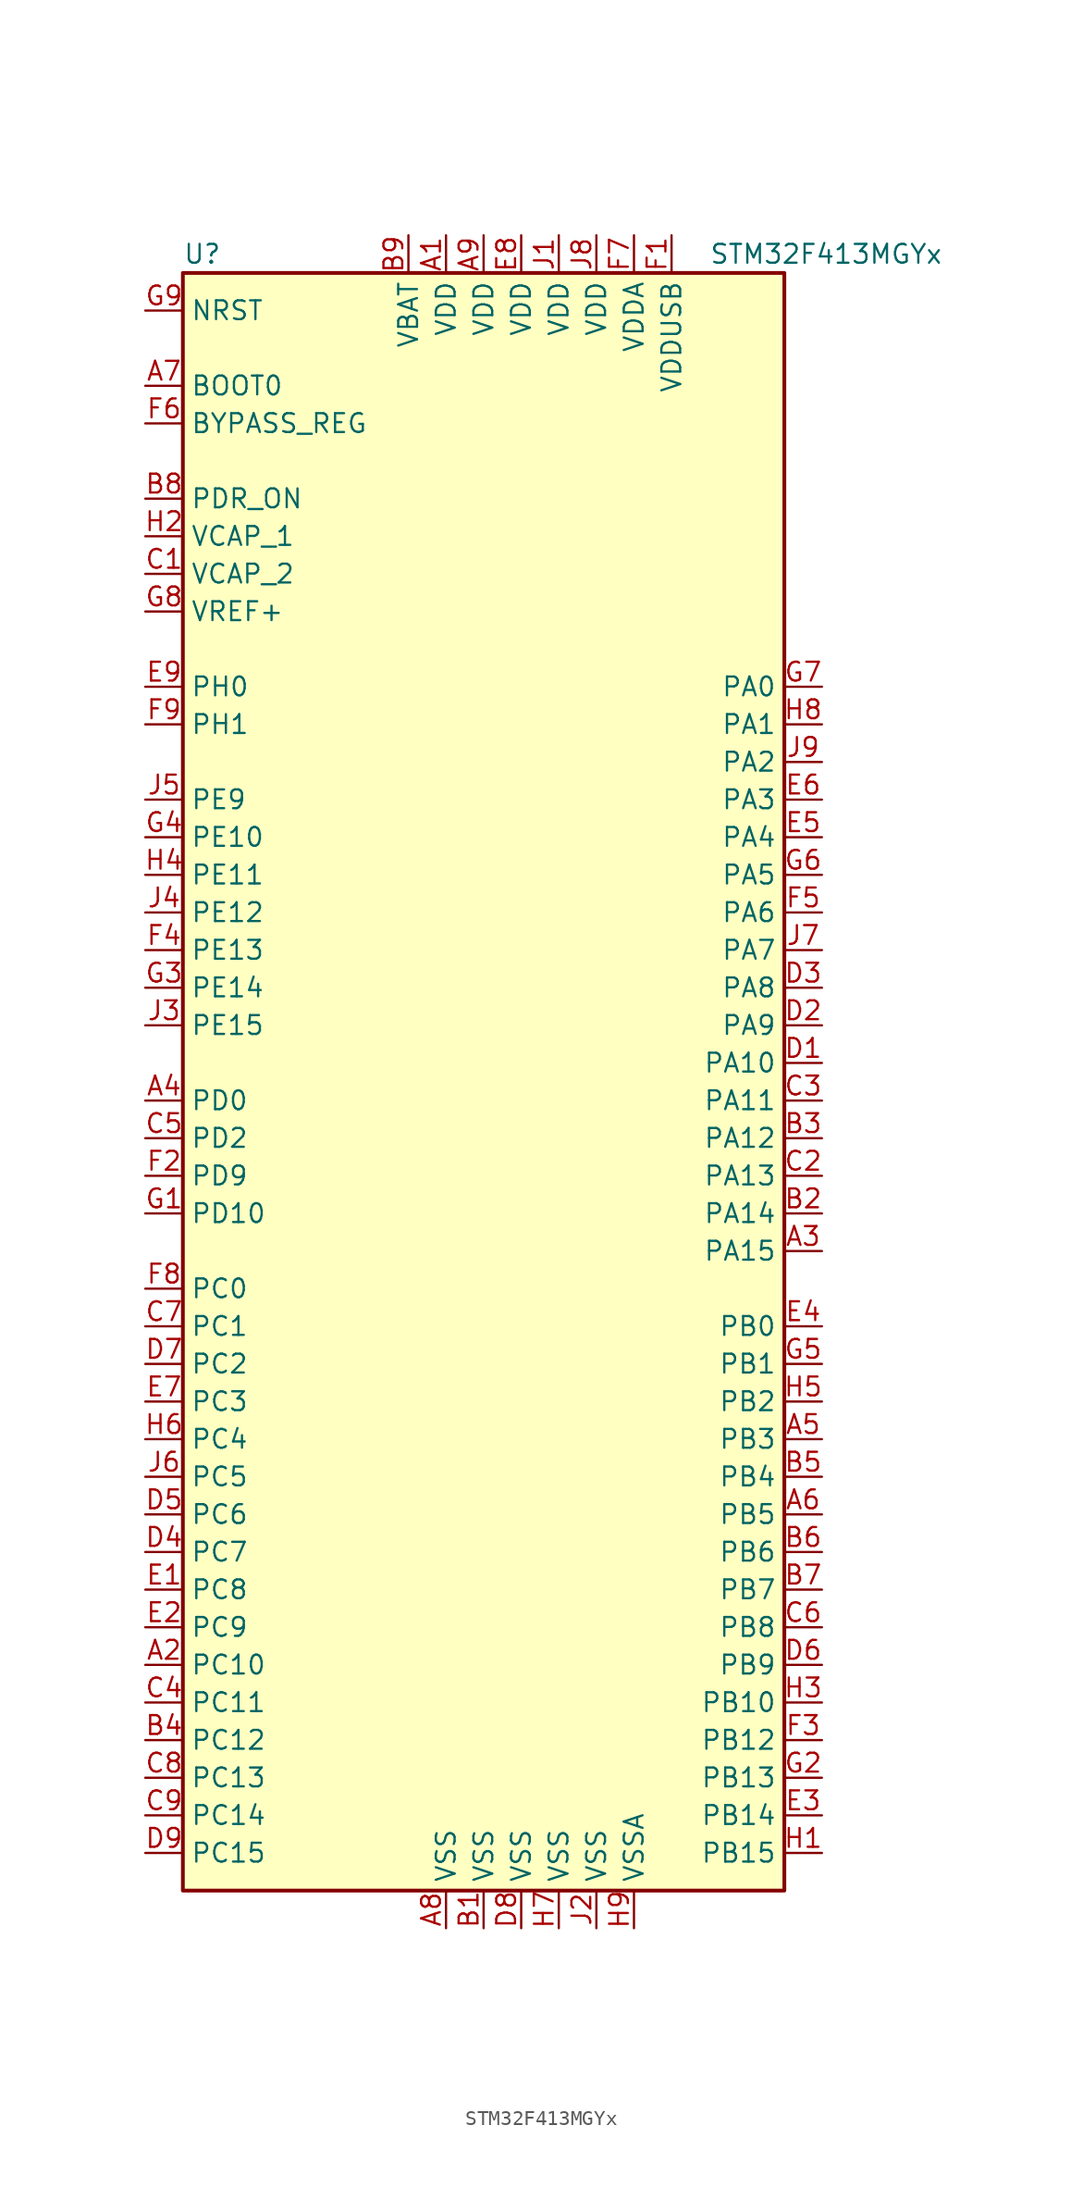
<source format=kicad_sym>
(kicad_symbol_lib
  (version 20201005)
  (generator kicad_symbol_editor)
  (symbol "STM32F413MGYx"
    (property "Reference" "U"
      (at -20.32 54.61 0)
      (effects (font (size 1.27 1.27)) (justify left)))
    (property "Value" "STM32F413MGYx"
      (at 15.24 54.61 0)
      (effects (font (size 1.27 1.27)) (justify left)))
    (symbol "STM32F413MGYx_0_1"
      (rectangle (start -20.32 -55.88) (end 20.32 53.34) (stroke (width 0.254)) (fill (type background))))
    (symbol "STM32F413MGYx_1_1"
      (pin power_in line (at -2.54 55.88 270) (length 2.54) (name "VDD" (effects (font (size 1.27 1.27)))) (number "A1" (effects (font (size 1.27 1.27)))))
      (pin bidirectional line (at -22.86 -40.64 0) (length 2.54) (name "PC10" (effects (font (size 1.27 1.27)))) (number "A2" (effects (font (size 1.27 1.27)))))
      (pin bidirectional line (at 22.86 -12.7 180) (length 2.54) (name "PA15" (effects (font (size 1.27 1.27)))) (number "A3" (effects (font (size 1.27 1.27)))))
      (pin bidirectional line (at -22.86 -2.54 0) (length 2.54) (name "PD0" (effects (font (size 1.27 1.27)))) (number "A4" (effects (font (size 1.27 1.27)))))
      (pin bidirectional line (at 22.86 -25.4 180) (length 2.54) (name "PB3" (effects (font (size 1.27 1.27)))) (number "A5" (effects (font (size 1.27 1.27)))))
      (pin bidirectional line (at 22.86 -30.48 180) (length 2.54) (name "PB5" (effects (font (size 1.27 1.27)))) (number "A6" (effects (font (size 1.27 1.27)))))
      (pin input line (at -22.86 45.72 0) (length 2.54) (name "BOOT0" (effects (font (size 1.27 1.27)))) (number "A7" (effects (font (size 1.27 1.27)))))
      (pin power_in line (at -2.54 -58.42 90) (length 2.54) (name "VSS" (effects (font (size 1.27 1.27)))) (number "A8" (effects (font (size 1.27 1.27)))))
      (pin power_in line (at 0 55.88 270) (length 2.54) (name "VDD" (effects (font (size 1.27 1.27)))) (number "A9" (effects (font (size 1.27 1.27)))))
      (pin power_in line (at 0 -58.42 90) (length 2.54) (name "VSS" (effects (font (size 1.27 1.27)))) (number "B1" (effects (font (size 1.27 1.27)))))
      (pin bidirectional line (at 22.86 -10.16 180) (length 2.54) (name "PA14" (effects (font (size 1.27 1.27)))) (number "B2" (effects (font (size 1.27 1.27)))))
      (pin bidirectional line (at 22.86 -5.08 180) (length 2.54) (name "PA12" (effects (font (size 1.27 1.27)))) (number "B3" (effects (font (size 1.27 1.27)))))
      (pin bidirectional line (at -22.86 -45.72 0) (length 2.54) (name "PC12" (effects (font (size 1.27 1.27)))) (number "B4" (effects (font (size 1.27 1.27)))))
      (pin bidirectional line (at 22.86 -27.94 180) (length 2.54) (name "PB4" (effects (font (size 1.27 1.27)))) (number "B5" (effects (font (size 1.27 1.27)))))
      (pin bidirectional line (at 22.86 -33.02 180) (length 2.54) (name "PB6" (effects (font (size 1.27 1.27)))) (number "B6" (effects (font (size 1.27 1.27)))))
      (pin bidirectional line (at 22.86 -35.56 180) (length 2.54) (name "PB7" (effects (font (size 1.27 1.27)))) (number "B7" (effects (font (size 1.27 1.27)))))
      (pin power_in line (at -22.86 38.1 0) (length 2.54) (name "PDR_ON" (effects (font (size 1.27 1.27)))) (number "B8" (effects (font (size 1.27 1.27)))))
      (pin power_in line (at -5.08 55.88 270) (length 2.54) (name "VBAT" (effects (font (size 1.27 1.27)))) (number "B9" (effects (font (size 1.27 1.27)))))
      (pin power_in line (at -22.86 33.02 0) (length 2.54) (name "VCAP_2" (effects (font (size 1.27 1.27)))) (number "C1" (effects (font (size 1.27 1.27)))))
      (pin bidirectional line (at 22.86 -7.62 180) (length 2.54) (name "PA13" (effects (font (size 1.27 1.27)))) (number "C2" (effects (font (size 1.27 1.27)))))
      (pin bidirectional line (at 22.86 -2.54 180) (length 2.54) (name "PA11" (effects (font (size 1.27 1.27)))) (number "C3" (effects (font (size 1.27 1.27)))))
      (pin bidirectional line (at -22.86 -43.18 0) (length 2.54) (name "PC11" (effects (font (size 1.27 1.27)))) (number "C4" (effects (font (size 1.27 1.27)))))
      (pin bidirectional line (at -22.86 -5.08 0) (length 2.54) (name "PD2" (effects (font (size 1.27 1.27)))) (number "C5" (effects (font (size 1.27 1.27)))))
      (pin bidirectional line (at 22.86 -38.1 180) (length 2.54) (name "PB8" (effects (font (size 1.27 1.27)))) (number "C6" (effects (font (size 1.27 1.27)))))
      (pin bidirectional line (at -22.86 -17.78 0) (length 2.54) (name "PC1" (effects (font (size 1.27 1.27)))) (number "C7" (effects (font (size 1.27 1.27)))))
      (pin bidirectional line (at -22.86 -48.26 0) (length 2.54) (name "PC13" (effects (font (size 1.27 1.27)))) (number "C8" (effects (font (size 1.27 1.27)))))
      (pin bidirectional line (at -22.86 -50.8 0) (length 2.54) (name "PC14" (effects (font (size 1.27 1.27)))) (number "C9" (effects (font (size 1.27 1.27)))))
      (pin bidirectional line (at 22.86 0 180) (length 2.54) (name "PA10" (effects (font (size 1.27 1.27)))) (number "D1" (effects (font (size 1.27 1.27)))))
      (pin bidirectional line (at 22.86 2.54 180) (length 2.54) (name "PA9" (effects (font (size 1.27 1.27)))) (number "D2" (effects (font (size 1.27 1.27)))))
      (pin bidirectional line (at 22.86 5.08 180) (length 2.54) (name "PA8" (effects (font (size 1.27 1.27)))) (number "D3" (effects (font (size 1.27 1.27)))))
      (pin bidirectional line (at -22.86 -33.02 0) (length 2.54) (name "PC7" (effects (font (size 1.27 1.27)))) (number "D4" (effects (font (size 1.27 1.27)))))
      (pin bidirectional line (at -22.86 -30.48 0) (length 2.54) (name "PC6" (effects (font (size 1.27 1.27)))) (number "D5" (effects (font (size 1.27 1.27)))))
      (pin bidirectional line (at 22.86 -40.64 180) (length 2.54) (name "PB9" (effects (font (size 1.27 1.27)))) (number "D6" (effects (font (size 1.27 1.27)))))
      (pin bidirectional line (at -22.86 -20.32 0) (length 2.54) (name "PC2" (effects (font (size 1.27 1.27)))) (number "D7" (effects (font (size 1.27 1.27)))))
      (pin power_in line (at 2.54 -58.42 90) (length 2.54) (name "VSS" (effects (font (size 1.27 1.27)))) (number "D8" (effects (font (size 1.27 1.27)))))
      (pin bidirectional line (at -22.86 -53.34 0) (length 2.54) (name "PC15" (effects (font (size 1.27 1.27)))) (number "D9" (effects (font (size 1.27 1.27)))))
      (pin bidirectional line (at -22.86 -35.56 0) (length 2.54) (name "PC8" (effects (font (size 1.27 1.27)))) (number "E1" (effects (font (size 1.27 1.27)))))
      (pin bidirectional line (at -22.86 -38.1 0) (length 2.54) (name "PC9" (effects (font (size 1.27 1.27)))) (number "E2" (effects (font (size 1.27 1.27)))))
      (pin bidirectional line (at 22.86 -50.8 180) (length 2.54) (name "PB14" (effects (font (size 1.27 1.27)))) (number "E3" (effects (font (size 1.27 1.27)))))
      (pin bidirectional line (at 22.86 -17.78 180) (length 2.54) (name "PB0" (effects (font (size 1.27 1.27)))) (number "E4" (effects (font (size 1.27 1.27)))))
      (pin bidirectional line (at 22.86 15.24 180) (length 2.54) (name "PA4" (effects (font (size 1.27 1.27)))) (number "E5" (effects (font (size 1.27 1.27)))))
      (pin bidirectional line (at 22.86 17.78 180) (length 2.54) (name "PA3" (effects (font (size 1.27 1.27)))) (number "E6" (effects (font (size 1.27 1.27)))))
      (pin bidirectional line (at -22.86 -22.86 0) (length 2.54) (name "PC3" (effects (font (size 1.27 1.27)))) (number "E7" (effects (font (size 1.27 1.27)))))
      (pin power_in line (at 2.54 55.88 270) (length 2.54) (name "VDD" (effects (font (size 1.27 1.27)))) (number "E8" (effects (font (size 1.27 1.27)))))
      (pin input line (at -22.86 25.4 0) (length 2.54) (name "PH0" (effects (font (size 1.27 1.27)))) (number "E9" (effects (font (size 1.27 1.27)))))
      (pin power_in line (at 12.7 55.88 270) (length 2.54) (name "VDDUSB" (effects (font (size 1.27 1.27)))) (number "F1" (effects (font (size 1.27 1.27)))))
      (pin bidirectional line (at -22.86 -7.62 0) (length 2.54) (name "PD9" (effects (font (size 1.27 1.27)))) (number "F2" (effects (font (size 1.27 1.27)))))
      (pin bidirectional line (at 22.86 -45.72 180) (length 2.54) (name "PB12" (effects (font (size 1.27 1.27)))) (number "F3" (effects (font (size 1.27 1.27)))))
      (pin bidirectional line (at -22.86 7.62 0) (length 2.54) (name "PE13" (effects (font (size 1.27 1.27)))) (number "F4" (effects (font (size 1.27 1.27)))))
      (pin bidirectional line (at 22.86 10.16 180) (length 2.54) (name "PA6" (effects (font (size 1.27 1.27)))) (number "F5" (effects (font (size 1.27 1.27)))))
      (pin input line (at -22.86 43.18 0) (length 2.54) (name "BYPASS_REG" (effects (font (size 1.27 1.27)))) (number "F6" (effects (font (size 1.27 1.27)))))
      (pin power_in line (at 10.16 55.88 270) (length 2.54) (name "VDDA" (effects (font (size 1.27 1.27)))) (number "F7" (effects (font (size 1.27 1.27)))))
      (pin bidirectional line (at -22.86 -15.24 0) (length 2.54) (name "PC0" (effects (font (size 1.27 1.27)))) (number "F8" (effects (font (size 1.27 1.27)))))
      (pin input line (at -22.86 22.86 0) (length 2.54) (name "PH1" (effects (font (size 1.27 1.27)))) (number "F9" (effects (font (size 1.27 1.27)))))
      (pin bidirectional line (at -22.86 -10.16 0) (length 2.54) (name "PD10" (effects (font (size 1.27 1.27)))) (number "G1" (effects (font (size 1.27 1.27)))))
      (pin bidirectional line (at 22.86 -48.26 180) (length 2.54) (name "PB13" (effects (font (size 1.27 1.27)))) (number "G2" (effects (font (size 1.27 1.27)))))
      (pin bidirectional line (at -22.86 5.08 0) (length 2.54) (name "PE14" (effects (font (size 1.27 1.27)))) (number "G3" (effects (font (size 1.27 1.27)))))
      (pin bidirectional line (at -22.86 15.24 0) (length 2.54) (name "PE10" (effects (font (size 1.27 1.27)))) (number "G4" (effects (font (size 1.27 1.27)))))
      (pin bidirectional line (at 22.86 -20.32 180) (length 2.54) (name "PB1" (effects (font (size 1.27 1.27)))) (number "G5" (effects (font (size 1.27 1.27)))))
      (pin bidirectional line (at 22.86 12.7 180) (length 2.54) (name "PA5" (effects (font (size 1.27 1.27)))) (number "G6" (effects (font (size 1.27 1.27)))))
      (pin bidirectional line (at 22.86 25.4 180) (length 2.54) (name "PA0" (effects (font (size 1.27 1.27)))) (number "G7" (effects (font (size 1.27 1.27)))))
      (pin power_in line (at -22.86 30.48 0) (length 2.54) (name "VREF+" (effects (font (size 1.27 1.27)))) (number "G8" (effects (font (size 1.27 1.27)))))
      (pin input line (at -22.86 50.8 0) (length 2.54) (name "NRST" (effects (font (size 1.27 1.27)))) (number "G9" (effects (font (size 1.27 1.27)))))
      (pin bidirectional line (at 22.86 -53.34 180) (length 2.54) (name "PB15" (effects (font (size 1.27 1.27)))) (number "H1" (effects (font (size 1.27 1.27)))))
      (pin power_in line (at -22.86 35.56 0) (length 2.54) (name "VCAP_1" (effects (font (size 1.27 1.27)))) (number "H2" (effects (font (size 1.27 1.27)))))
      (pin bidirectional line (at 22.86 -43.18 180) (length 2.54) (name "PB10" (effects (font (size 1.27 1.27)))) (number "H3" (effects (font (size 1.27 1.27)))))
      (pin bidirectional line (at -22.86 12.7 0) (length 2.54) (name "PE11" (effects (font (size 1.27 1.27)))) (number "H4" (effects (font (size 1.27 1.27)))))
      (pin bidirectional line (at 22.86 -22.86 180) (length 2.54) (name "PB2" (effects (font (size 1.27 1.27)))) (number "H5" (effects (font (size 1.27 1.27)))))
      (pin bidirectional line (at -22.86 -25.4 0) (length 2.54) (name "PC4" (effects (font (size 1.27 1.27)))) (number "H6" (effects (font (size 1.27 1.27)))))
      (pin power_in line (at 5.08 -58.42 90) (length 2.54) (name "VSS" (effects (font (size 1.27 1.27)))) (number "H7" (effects (font (size 1.27 1.27)))))
      (pin bidirectional line (at 22.86 22.86 180) (length 2.54) (name "PA1" (effects (font (size 1.27 1.27)))) (number "H8" (effects (font (size 1.27 1.27)))))
      (pin power_in line (at 10.16 -58.42 90) (length 2.54) (name "VSSA" (effects (font (size 1.27 1.27)))) (number "H9" (effects (font (size 1.27 1.27)))))
      (pin power_in line (at 5.08 55.88 270) (length 2.54) (name "VDD" (effects (font (size 1.27 1.27)))) (number "J1" (effects (font (size 1.27 1.27)))))
      (pin power_in line (at 7.62 -58.42 90) (length 2.54) (name "VSS" (effects (font (size 1.27 1.27)))) (number "J2" (effects (font (size 1.27 1.27)))))
      (pin bidirectional line (at -22.86 2.54 0) (length 2.54) (name "PE15" (effects (font (size 1.27 1.27)))) (number "J3" (effects (font (size 1.27 1.27)))))
      (pin bidirectional line (at -22.86 10.16 0) (length 2.54) (name "PE12" (effects (font (size 1.27 1.27)))) (number "J4" (effects (font (size 1.27 1.27)))))
      (pin bidirectional line (at -22.86 17.78 0) (length 2.54) (name "PE9" (effects (font (size 1.27 1.27)))) (number "J5" (effects (font (size 1.27 1.27)))))
      (pin bidirectional line (at -22.86 -27.94 0) (length 2.54) (name "PC5" (effects (font (size 1.27 1.27)))) (number "J6" (effects (font (size 1.27 1.27)))))
      (pin bidirectional line (at 22.86 7.62 180) (length 2.54) (name "PA7" (effects (font (size 1.27 1.27)))) (number "J7" (effects (font (size 1.27 1.27)))))
      (pin power_in line (at 7.62 55.88 270) (length 2.54) (name "VDD" (effects (font (size 1.27 1.27)))) (number "J8" (effects (font (size 1.27 1.27)))))
      (pin bidirectional line (at 22.86 20.32 180) (length 2.54) (name "PA2" (effects (font (size 1.27 1.27)))) (number "J9" (effects (font (size 1.27 1.27))))))))
</source>
